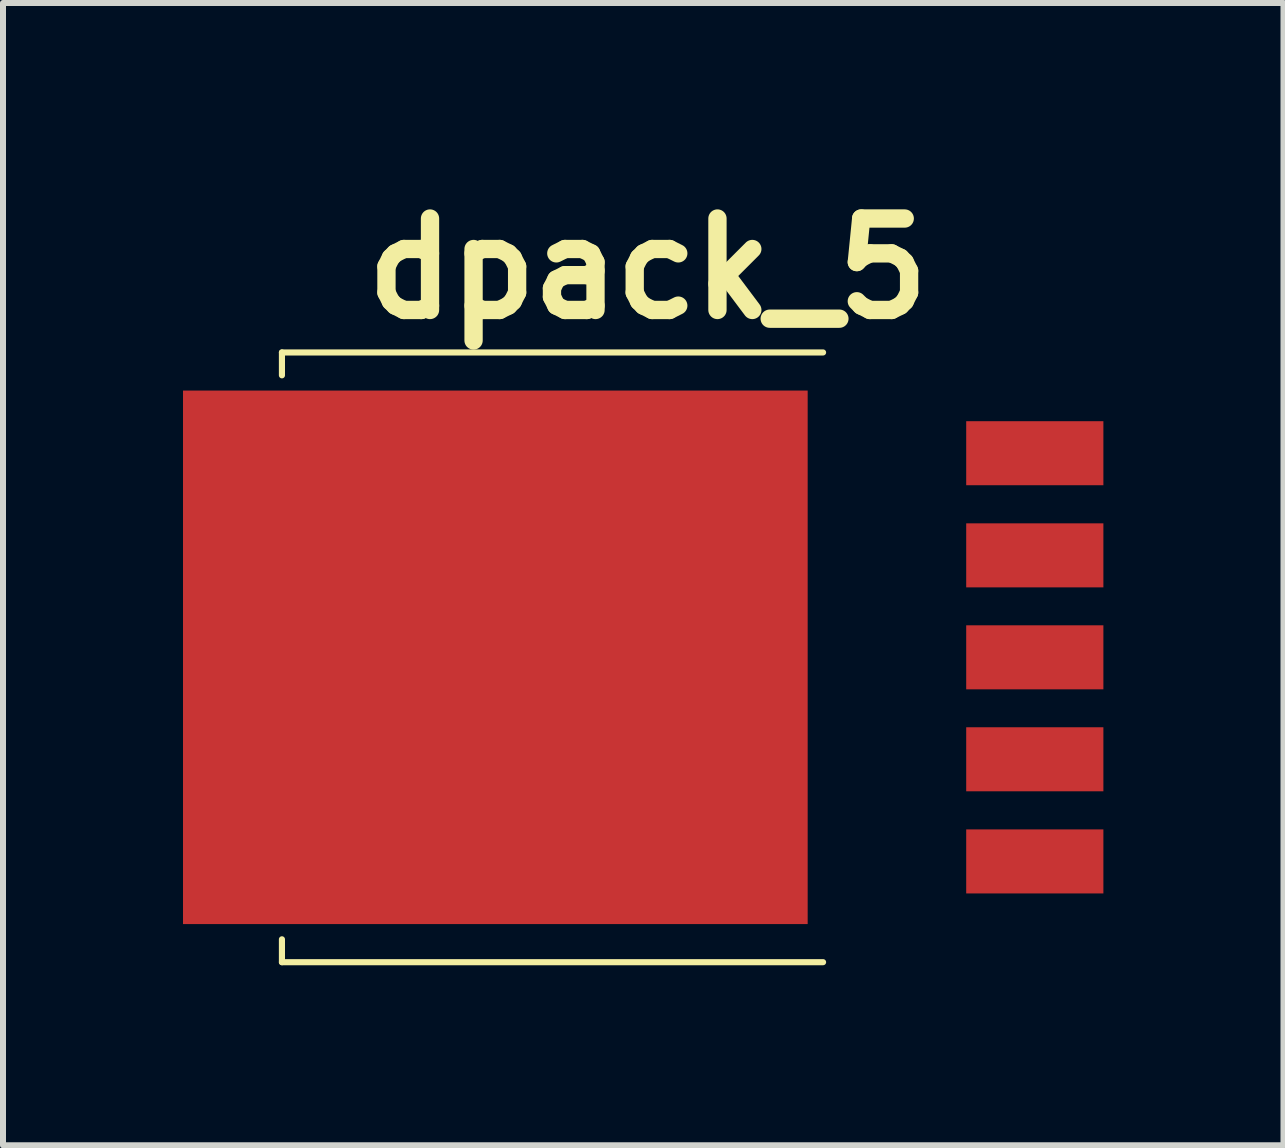
<source format=kicad_pcb>
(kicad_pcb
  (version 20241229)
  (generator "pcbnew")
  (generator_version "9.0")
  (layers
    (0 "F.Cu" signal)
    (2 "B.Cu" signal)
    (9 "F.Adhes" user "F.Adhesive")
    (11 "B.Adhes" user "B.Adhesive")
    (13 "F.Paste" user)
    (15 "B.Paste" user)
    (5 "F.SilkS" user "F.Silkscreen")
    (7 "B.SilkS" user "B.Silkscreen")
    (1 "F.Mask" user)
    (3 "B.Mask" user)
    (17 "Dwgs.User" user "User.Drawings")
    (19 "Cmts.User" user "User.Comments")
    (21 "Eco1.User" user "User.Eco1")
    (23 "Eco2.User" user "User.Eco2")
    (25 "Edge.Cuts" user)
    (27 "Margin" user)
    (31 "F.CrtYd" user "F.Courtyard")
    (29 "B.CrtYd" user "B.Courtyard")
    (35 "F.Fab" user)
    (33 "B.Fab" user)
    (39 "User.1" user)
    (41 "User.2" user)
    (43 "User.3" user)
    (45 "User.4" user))
  (footprint "dpack_5"
    (layer "F.Cu")
    (at 7.744 7.903)
    (property "Reference" "dpack_5" (at 0 -6.477 0) (layer "F.SilkS") (effects (font (size 1.524 1.524) (thickness 0.305))))
    (attr through_hole)
    (fp_line (start -6.096 -5.08) (end -6.096 -4.699) (stroke (width 0.102) (type solid)) (layer "F.SilkS"))
    (fp_line (start -6.096 5.08) (end -6.096 4.699) (stroke (width 0.102) (type solid)) (layer "F.SilkS"))
    (fp_line (start 2.921 -5.08) (end -6.096 -5.08) (stroke (width 0.102) (type solid)) (layer "F.SilkS"))
    (fp_line (start 2.921 5.08) (end -6.096 5.08) (stroke (width 0.102) (type solid)) (layer "F.SilkS"))
    (pad "1" smd rect (at 6.449 3.401) (size 2.286 1.067) (layers "F.Cu" "F.Mask" "F.Paste"))
    (pad "2" smd rect (at 6.449 1.699) (size 2.286 1.067) (layers "F.Cu" "F.Mask" "F.Paste"))
    (pad "3" smd rect (at 6.449 0) (size 2.286 1.067) (layers "F.Cu" "F.Mask" "F.Paste"))
    (pad "4" smd rect (at 6.449 -1.699) (size 2.286 1.067) (layers "F.Cu" "F.Mask" "F.Paste"))
    (pad "5" smd rect (at 6.449 -3.401) (size 2.286 1.067) (layers "F.Cu" "F.Mask" "F.Paste"))
    (pad "pad" smd rect (at -2.54 0) (size 10.409 8.89) (layers "F.Cu" "F.Mask" "F.Paste")))
  (gr_rect
    (start -3 -3)
    (end 18.337 16.034)
    (stroke (width 0.1) (type default))
    (fill no)
    (layer "Edge.Cuts")))
</source>
